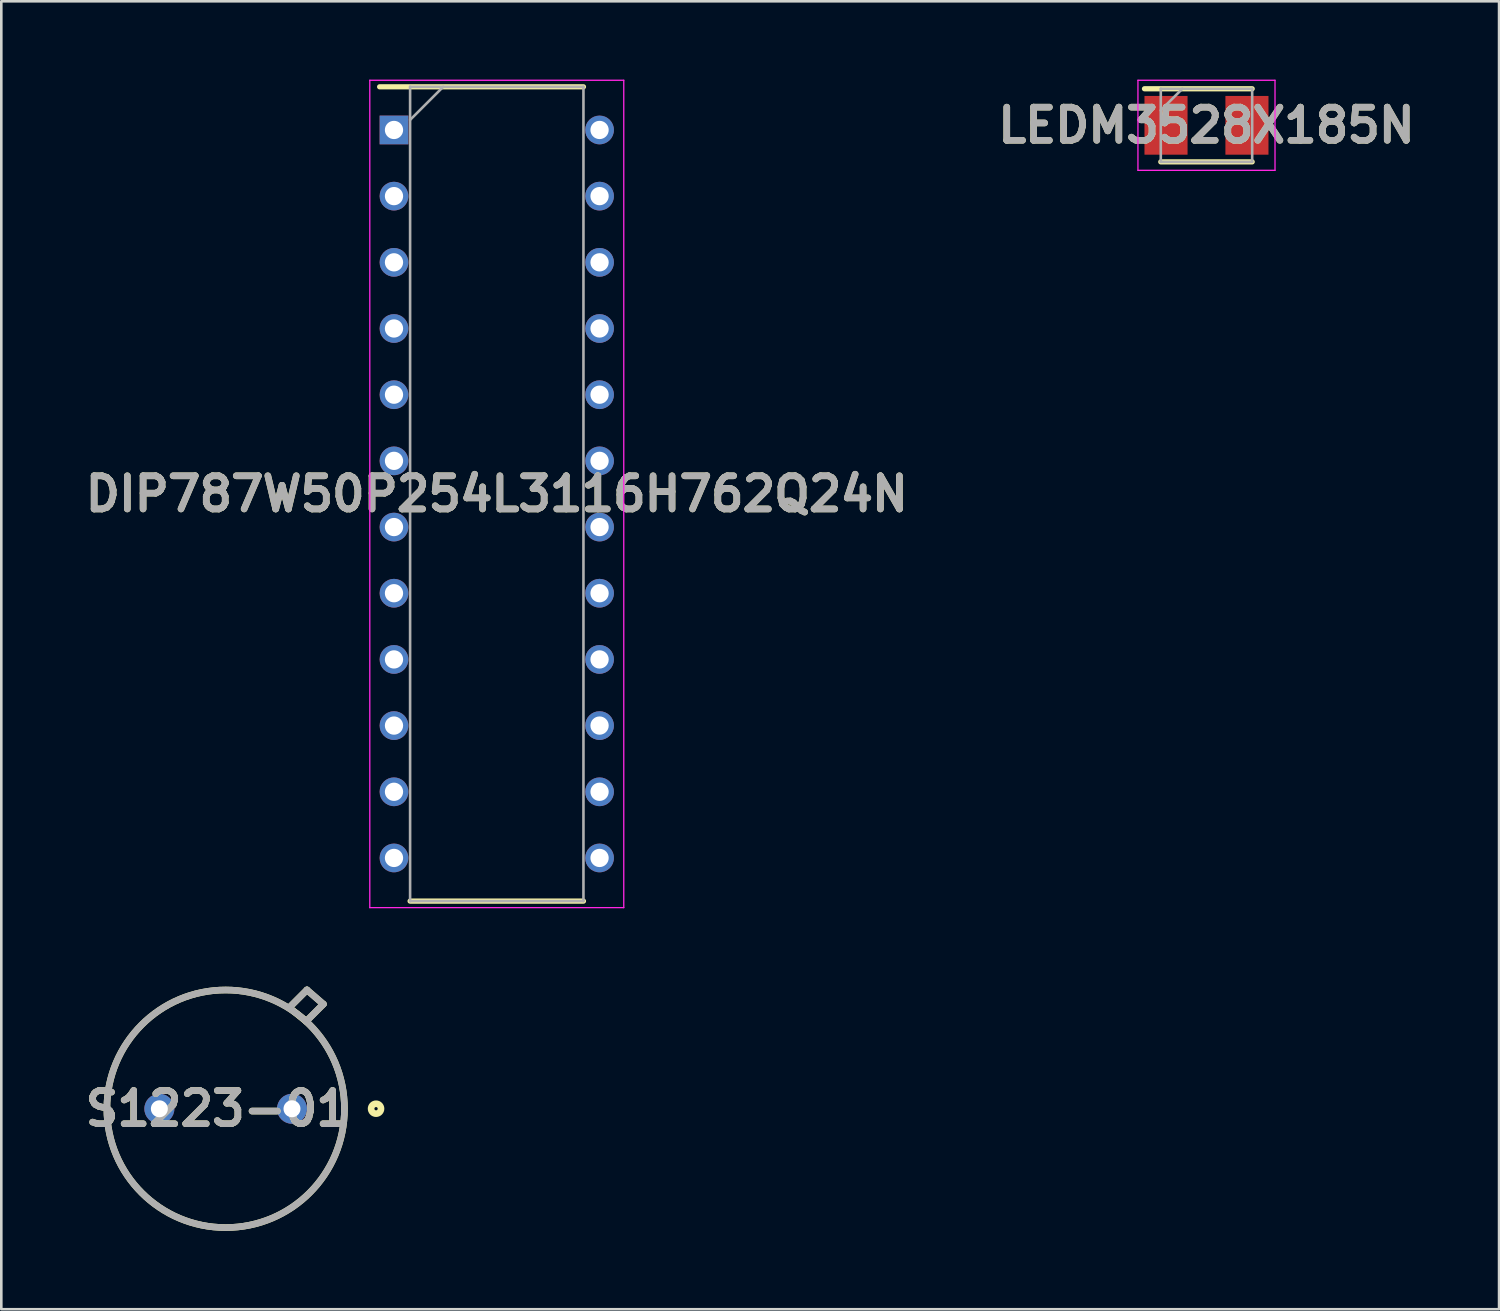
<source format=kicad_pcb>
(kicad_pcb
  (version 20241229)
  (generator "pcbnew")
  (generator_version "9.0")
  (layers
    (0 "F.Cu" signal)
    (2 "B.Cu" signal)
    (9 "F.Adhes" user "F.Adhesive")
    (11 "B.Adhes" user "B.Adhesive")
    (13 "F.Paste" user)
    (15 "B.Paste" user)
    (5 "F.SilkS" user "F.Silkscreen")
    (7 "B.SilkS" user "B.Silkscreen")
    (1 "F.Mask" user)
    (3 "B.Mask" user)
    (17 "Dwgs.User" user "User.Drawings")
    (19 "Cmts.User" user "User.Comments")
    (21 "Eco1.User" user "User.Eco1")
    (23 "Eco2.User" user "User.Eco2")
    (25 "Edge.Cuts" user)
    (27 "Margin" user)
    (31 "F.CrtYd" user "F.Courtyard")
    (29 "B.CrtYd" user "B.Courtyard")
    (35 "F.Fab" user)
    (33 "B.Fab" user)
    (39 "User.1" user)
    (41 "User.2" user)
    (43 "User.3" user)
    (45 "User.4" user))
  (footprint "DIP787W50P254L3116H762Q24N"
    (layer "F.Cu")
    (at 15.978 15.87)
    (property "Reference" "DIP787W50P254L3116H762Q24N" (at 0 0 0) (layer "F.SilkS") (effects (font (size 1.27 1.27) (thickness 0.254))))
    (attr through_hole)
    (fp_line (start -4.487 -15.595) (end 3.32 -15.595) (stroke (width 0.2) (type solid)) (layer "F.SilkS"))
    (fp_line (start -3.32 15.595) (end 3.32 15.595) (stroke (width 0.2) (type solid)) (layer "F.SilkS"))
    (fp_line (start -4.864 -15.845) (end 4.864 -15.845) (stroke (width 0.05) (type solid)) (layer "F.CrtYd"))
    (fp_line (start -4.864 15.845) (end -4.864 -15.845) (stroke (width 0.05) (type solid)) (layer "F.CrtYd"))
    (fp_line (start 4.864 -15.845) (end 4.864 15.845) (stroke (width 0.05) (type solid)) (layer "F.CrtYd"))
    (fp_line (start 4.864 15.845) (end -4.864 15.845) (stroke (width 0.05) (type solid)) (layer "F.CrtYd"))
    (fp_line (start -3.32 -15.595) (end 3.32 -15.595) (stroke (width 0.1) (type solid)) (layer "F.Fab"))
    (fp_line (start -3.32 -14.328) (end -2.052 -15.595) (stroke (width 0.1) (type solid)) (layer "F.Fab"))
    (fp_line (start -3.32 15.595) (end -3.32 -15.595) (stroke (width 0.1) (type solid)) (layer "F.Fab"))
    (fp_line (start 3.32 -15.595) (end 3.32 15.595) (stroke (width 0.1) (type solid)) (layer "F.Fab"))
    (fp_line (start 3.32 15.595) (end -3.32 15.595) (stroke (width 0.1) (type solid)) (layer "F.Fab"))
    (fp_text user "${REFERENCE}" (at 0 0 0) (layer "F.Fab") (effects (font (size 1.27 1.27) (thickness 0.254))))
    (pad "1" thru_hole rect (at -3.937 -13.942) (size 1.1 1.1) (drill 0.7) (layers "*.Cu" "*.Mask"))
    (pad "2" thru_hole circle (at -3.937 -11.408) (size 1.1 1.1) (drill 0.7) (layers "*.Cu" "*.Mask"))
    (pad "3" thru_hole circle (at -3.937 -8.872) (size 1.1 1.1) (drill 0.7) (layers "*.Cu" "*.Mask"))
    (pad "4" thru_hole circle (at -3.937 -6.338) (size 1.1 1.1) (drill 0.7) (layers "*.Cu" "*.Mask"))
    (pad "5" thru_hole circle (at -3.937 -3.802) (size 1.1 1.1) (drill 0.7) (layers "*.Cu" "*.Mask"))
    (pad "6" thru_hole circle (at -3.937 -1.268) (size 1.1 1.1) (drill 0.7) (layers "*.Cu" "*.Mask"))
    (pad "7" thru_hole circle (at -3.937 1.268) (size 1.1 1.1) (drill 0.7) (layers "*.Cu" "*.Mask"))
    (pad "8" thru_hole circle (at -3.937 3.802) (size 1.1 1.1) (drill 0.7) (layers "*.Cu" "*.Mask"))
    (pad "9" thru_hole circle (at -3.937 6.338) (size 1.1 1.1) (drill 0.7) (layers "*.Cu" "*.Mask"))
    (pad "10" thru_hole circle (at -3.937 8.872) (size 1.1 1.1) (drill 0.7) (layers "*.Cu" "*.Mask"))
    (pad "11" thru_hole circle (at -3.937 11.408) (size 1.1 1.1) (drill 0.7) (layers "*.Cu" "*.Mask"))
    (pad "12" thru_hole circle (at -3.937 13.942) (size 1.1 1.1) (drill 0.7) (layers "*.Cu" "*.Mask"))
    (pad "13" thru_hole circle (at 3.937 13.942) (size 1.1 1.1) (drill 0.7) (layers "*.Cu" "*.Mask"))
    (pad "14" thru_hole circle (at 3.937 11.408) (size 1.1 1.1) (drill 0.7) (layers "*.Cu" "*.Mask"))
    (pad "15" thru_hole circle (at 3.937 8.872) (size 1.1 1.1) (drill 0.7) (layers "*.Cu" "*.Mask"))
    (pad "16" thru_hole circle (at 3.937 6.338) (size 1.1 1.1) (drill 0.7) (layers "*.Cu" "*.Mask"))
    (pad "17" thru_hole circle (at 3.937 3.802) (size 1.1 1.1) (drill 0.7) (layers "*.Cu" "*.Mask"))
    (pad "18" thru_hole circle (at 3.937 1.268) (size 1.1 1.1) (drill 0.7) (layers "*.Cu" "*.Mask"))
    (pad "19" thru_hole circle (at 3.937 -1.268) (size 1.1 1.1) (drill 0.7) (layers "*.Cu" "*.Mask"))
    (pad "20" thru_hole circle (at 3.937 -3.802) (size 1.1 1.1) (drill 0.7) (layers "*.Cu" "*.Mask"))
    (pad "21" thru_hole circle (at 3.937 -6.338) (size 1.1 1.1) (drill 0.7) (layers "*.Cu" "*.Mask"))
    (pad "22" thru_hole circle (at 3.937 -8.872) (size 1.1 1.1) (drill 0.7) (layers "*.Cu" "*.Mask"))
    (pad "23" thru_hole circle (at 3.937 -11.408) (size 1.1 1.1) (drill 0.7) (layers "*.Cu" "*.Mask"))
    (pad "24" thru_hole circle (at 3.937 -13.942) (size 1.1 1.1) (drill 0.7) (layers "*.Cu" "*.Mask")))
  (footprint "LEDM3528X185N"
    (layer "F.Cu")
    (at 43.162 1.75)
    (property "Reference" "LEDM3528X185N" (at 0 0 0) (layer "F.SilkS") (effects (font (size 1.27 1.27) (thickness 0.254))))
    (attr smd)
    (fp_line (start -1.75 1.4) (end 1.75 1.4) (stroke (width 0.2) (type solid)) (layer "F.SilkS"))
    (fp_line (start 1.75 -1.4) (end -2.375 -1.4) (stroke (width 0.2) (type solid)) (layer "F.SilkS"))
    (fp_line (start -2.625 -1.725) (end 2.625 -1.725) (stroke (width 0.05) (type solid)) (layer "F.CrtYd"))
    (fp_line (start -2.625 1.725) (end -2.625 -1.725) (stroke (width 0.05) (type solid)) (layer "F.CrtYd"))
    (fp_line (start 2.625 -1.725) (end 2.625 1.725) (stroke (width 0.05) (type solid)) (layer "F.CrtYd"))
    (fp_line (start 2.625 1.725) (end -2.625 1.725) (stroke (width 0.05) (type solid)) (layer "F.CrtYd"))
    (fp_line (start -1.75 -1.4) (end 1.75 -1.4) (stroke (width 0.1) (type solid)) (layer "F.Fab"))
    (fp_line (start -1.75 -0.575) (end -0.925 -1.4) (stroke (width 0.1) (type solid)) (layer "F.Fab"))
    (fp_line (start -1.75 1.4) (end -1.75 -1.4) (stroke (width 0.1) (type solid)) (layer "F.Fab"))
    (fp_line (start 1.75 -1.4) (end 1.75 1.4) (stroke (width 0.1) (type solid)) (layer "F.Fab"))
    (fp_line (start 1.75 1.4) (end -1.75 1.4) (stroke (width 0.1) (type solid)) (layer "F.Fab"))
    (fp_text user "${REFERENCE}" (at 0 0 0) (layer "F.Fab") (effects (font (size 1.27 1.27) (thickness 0.254))))
    (pad "1" smd rect (at -1.55 0) (size 1.65 2.25) (layers "F.Cu" "F.Mask" "F.Paste"))
    (pad "2" smd rect (at 1.55 0) (size 1.65 2.25) (layers "F.Cu" "F.Mask" "F.Paste")))
  (footprint "S1223-01"
    (layer "F.Cu")
    (at 5.594 39.42)
    (property "Reference" "S1223-01" (at -0.32 -0.003 0) (layer "F.SilkS") (effects (font (size 1.27 1.27) (thickness 0.254))))
    (attr through_hole)
    (fp_line (start 2.433 -3.873) (end 3.084 -3.35) (stroke (width 0.254) (type solid)) (layer "F.SilkS"))
    (fp_line (start 2.433 -3.873) (end 3.113 -4.553) (stroke (width 0.254) (type solid)) (layer "F.SilkS"))
    (fp_line (start 3.113 -4.553) (end 3.742 -4.008) (stroke (width 0.254) (type solid)) (layer "F.SilkS"))
    (fp_line (start 3.742 -4.008) (end 3.084 -3.35) (stroke (width 0.254) (type solid)) (layer "F.SilkS"))
    (fp_circle (center 0 0) (end 0 4.55) (stroke (width 0.254) (type solid)) (fill no) (layer "F.SilkS"))
    (fp_circle (center 5.76 -0.003) (end 5.76 0.06) (stroke (width 0.254) (type solid)) (fill no) (layer "F.SilkS"))
    (fp_line (start 3.084 -3.35) (end 3.742 -4.008) (stroke (width 0.254) (type solid)) (layer "F.Fab"))
    (fp_line (start 3.113 -4.553) (end 2.433 -3.873) (stroke (width 0.254) (type solid)) (layer "F.Fab"))
    (fp_line (start 3.742 -4.008) (end 3.113 -4.553) (stroke (width 0.254) (type solid)) (layer "F.Fab"))
    (fp_circle (center 0 0) (end 0 4.55) (stroke (width 0.254) (type solid)) (fill no) (layer "F.Fab"))
    (fp_text user "${REFERENCE}" (at -0.32 -0.003 0) (layer "F.Fab") (effects (font (size 1.27 1.27) (thickness 0.254))))
    (pad "1" thru_hole circle (at 2.54 0) (size 1.15 1.15) (drill 0.65) (layers "*.Cu" "*.Mask"))
    (pad "2" thru_hole circle (at -2.54 0) (size 1.15 1.15) (drill 0.65) (layers "*.Cu" "*.Mask")))
  (gr_rect
    (start -3 -3)
    (end 54.369 47.097)
    (stroke (width 0.1) (type default))
    (fill no)
    (layer "Edge.Cuts")))
</source>
